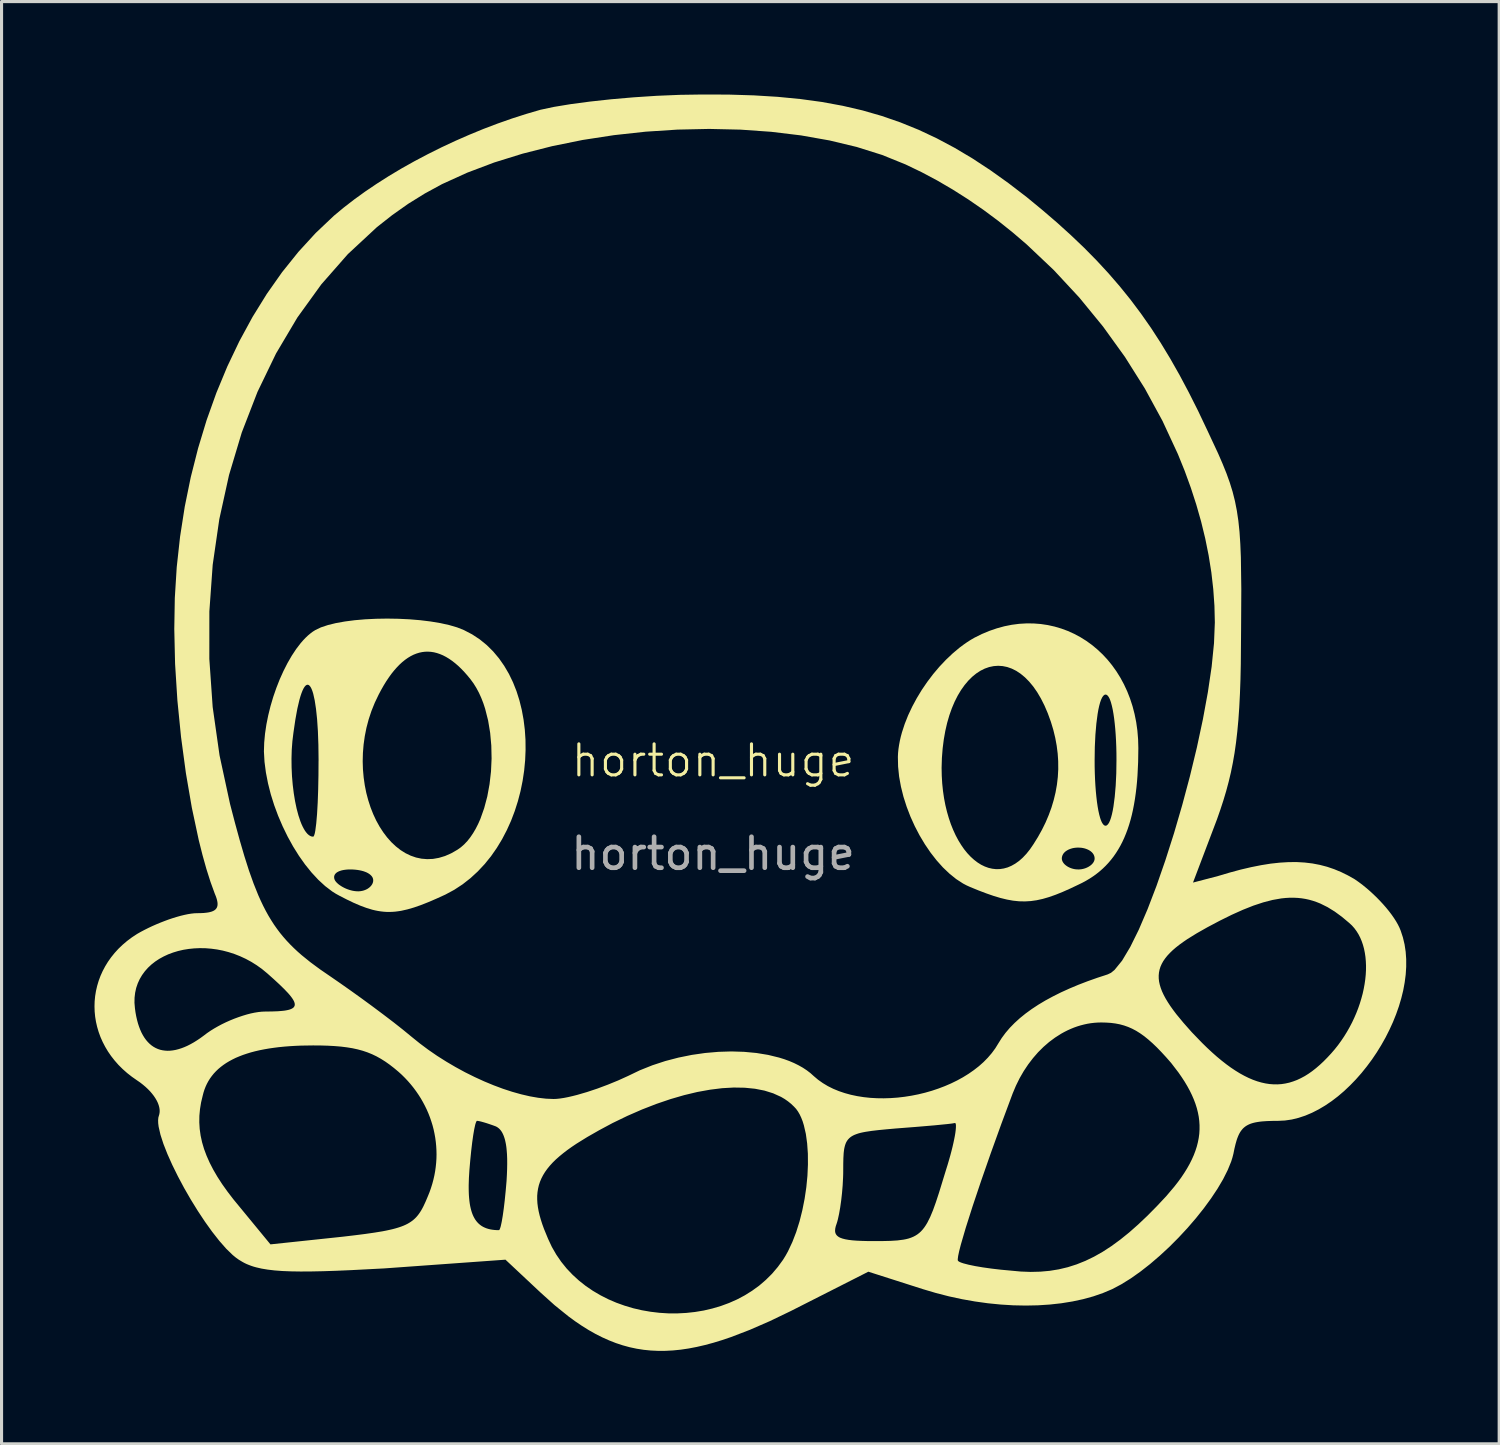
<source format=kicad_pcb>
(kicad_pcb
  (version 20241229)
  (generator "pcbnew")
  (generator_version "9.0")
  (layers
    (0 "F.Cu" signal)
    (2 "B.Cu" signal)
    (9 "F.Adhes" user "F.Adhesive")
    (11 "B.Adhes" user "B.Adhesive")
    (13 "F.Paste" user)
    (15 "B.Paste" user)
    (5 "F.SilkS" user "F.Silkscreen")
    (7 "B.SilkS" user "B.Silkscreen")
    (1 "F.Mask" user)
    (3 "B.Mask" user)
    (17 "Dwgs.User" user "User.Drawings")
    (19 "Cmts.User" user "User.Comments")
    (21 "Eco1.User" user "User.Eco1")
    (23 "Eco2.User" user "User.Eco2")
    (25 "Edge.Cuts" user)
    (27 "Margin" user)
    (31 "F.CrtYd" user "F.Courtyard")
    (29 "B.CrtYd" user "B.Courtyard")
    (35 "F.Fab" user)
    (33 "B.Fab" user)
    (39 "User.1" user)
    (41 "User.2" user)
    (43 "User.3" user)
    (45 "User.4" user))
  (footprint "horton_huge"
    (layer "F.Cu")
    (at 19.966 22.001)
    (property "Reference" "horton_huge" (at 0 -0.5 0) (unlocked yes) (layer "F.SilkS") (effects (font (size 1 1) (thickness 0.1))))
    (attr smd)
    (fp_poly (pts (xy -10.16 -5.08) (xy -9.802 -5.063) (xy -9.454 -5.034) (xy -9.12 -4.993) (xy -8.806 -4.941) (xy -8.518 -4.877) (xy -8.262 -4.802) (xy -8.043 -4.715) (xy -7.778 -4.577) (xy -7.532 -4.415) (xy -7.306 -4.231) (xy -7.099 -4.026) (xy -6.911 -3.802) (xy -6.742 -3.56) (xy -6.591 -3.302) (xy -6.459 -3.029) (xy -6.346 -2.744) (xy -6.252 -2.447) (xy -6.176 -2.14) (xy -6.118 -1.825) (xy -6.078 -1.503) (xy -6.056 -1.176) (xy -6.053 -0.846) (xy -6.067 -0.513) (xy -6.099 -0.18) (xy -6.149 0.152) (xy -6.216 0.482) (xy -6.301 0.807) (xy -6.403 1.127) (xy -6.522 1.44) (xy -6.659 1.743) (xy -6.812 2.036) (xy -6.983 2.318) (xy -7.17 2.586) (xy -7.374 2.838) (xy -7.595 3.074) (xy -7.832 3.292) (xy -8.086 3.491) (xy -8.356 3.668) (xy -8.642 3.822) (xy -8.928 3.952) (xy -9.19 4.065) (xy -9.433 4.161) (xy -9.658 4.239) (xy -9.869 4.3) (xy -10.069 4.345) (xy -10.166 4.36) (xy -10.26 4.372) (xy -10.354 4.379) (xy -10.446 4.382) (xy -10.537 4.381) (xy -10.628 4.375) (xy -10.719 4.365) (xy -10.811 4.351) (xy -10.903 4.333) (xy -10.996 4.311) (xy -11.187 4.253) (xy -11.387 4.179) (xy -11.597 4.089) (xy -11.822 3.981) (xy -12.064 3.857) (xy -12.18 3.793) (xy -12.295 3.72) (xy -12.522 3.547) (xy -12.744 3.343) (xy -12.828 3.252) (xy -12.232 3.252) (xy -12.232 3.269) (xy -12.23 3.287) (xy -12.227 3.306) (xy -12.221 3.324) (xy -12.214 3.344) (xy -12.205 3.363) (xy -12.183 3.396) (xy -12.155 3.429) (xy -12.122 3.461) (xy -12.085 3.493) (xy -12.043 3.523) (xy -11.999 3.552) (xy -11.951 3.58) (xy -11.901 3.606) (xy -11.849 3.63) (xy -11.795 3.651) (xy -11.74 3.67) (xy -11.684 3.686) (xy -11.629 3.699) (xy -11.573 3.708) (xy -11.518 3.714) (xy -11.464 3.716) (xy -11.438 3.716) (xy -11.412 3.714) (xy -11.387 3.712) (xy -11.362 3.708) (xy -11.338 3.704) (xy -11.314 3.699) (xy -11.291 3.693) (xy -11.268 3.686) (xy -11.246 3.678) (xy -11.225 3.67) (xy -11.204 3.661) (xy -11.184 3.651) (xy -11.165 3.641) (xy -11.146 3.63) (xy -11.129 3.618) (xy -11.112 3.606) (xy -11.096 3.593) (xy -11.08 3.58) (xy -11.066 3.566) (xy -11.052 3.552) (xy -11.04 3.538) (xy -11.028 3.523) (xy -11.018 3.508) (xy -11.008 3.493) (xy -10.999 3.477) (xy -10.992 3.461) (xy -10.986 3.445) (xy -10.98 3.429) (xy -10.976 3.413) (xy -10.973 3.396) (xy -10.971 3.38) (xy -10.971 3.363) (xy -10.972 3.344) (xy -10.974 3.324) (xy -10.979 3.306) (xy -10.985 3.287) (xy -10.993 3.269) (xy -11.003 3.252) (xy -11.014 3.235) (xy -11.027 3.219) (xy -11.057 3.188) (xy -11.093 3.159) (xy -11.135 3.132) (xy -11.182 3.107) (xy -11.234 3.086) (xy -11.291 3.066) (xy -11.352 3.05) (xy -11.417 3.036) (xy -11.486 3.025) (xy -11.558 3.017) (xy -11.633 3.012) (xy -11.711 3.01) (xy -11.747 3.011) (xy -11.782 3.012) (xy -11.816 3.014) (xy -11.848 3.017) (xy -11.88 3.021) (xy -11.91 3.025) (xy -11.939 3.03) (xy -11.967 3.036) (xy -11.994 3.042) (xy -12.019 3.05) (xy -12.043 3.058) (xy -12.066 3.066) (xy -12.088 3.076) (xy -12.108 3.086) (xy -12.126 3.096) (xy -12.144 3.107) (xy -12.159 3.119) (xy -12.174 3.132) (xy -12.187 3.145) (xy -12.198 3.159) (xy -12.208 3.173) (xy -12.216 3.188) (xy -12.222 3.203) (xy -12.227 3.219) (xy -12.231 3.235) (xy -12.232 3.252) (xy -12.828 3.252) (xy -12.96 3.11) (xy -13.169 2.851) (xy -13.368 2.57) (xy -13.556 2.269) (xy -13.731 1.952) (xy -13.892 1.622) (xy -14.038 1.282) (xy -14.167 0.934) (xy -14.277 0.583) (xy -14.366 0.231) (xy -14.434 -0.119) (xy -14.479 -0.464) (xy -14.485 -0.566) (xy -13.608 -0.566) (xy -13.605 -0.28) (xy -13.592 0.003) (xy -13.568 0.281) (xy -13.535 0.55) (xy -13.493 0.806) (xy -13.443 1.045) (xy -13.385 1.264) (xy -13.32 1.459) (xy -13.285 1.547) (xy -13.248 1.627) (xy -13.21 1.699) (xy -13.171 1.764) (xy -13.13 1.819) (xy -13.089 1.866) (xy -13.046 1.903) (xy -13.002 1.93) (xy -12.957 1.947) (xy -12.911 1.952) (xy -12.901 1.949) (xy -12.891 1.939) (xy -12.873 1.901) (xy -12.855 1.839) (xy -12.839 1.755) (xy -12.809 1.524) (xy -12.783 1.22) (xy -12.762 0.853) (xy -12.747 0.434) (xy -12.738 -0.026) (xy -12.735 -0.482) (xy -11.31 -0.482) (xy -11.302 -0.219) (xy -11.279 0.04) (xy -11.243 0.293) (xy -11.194 0.539) (xy -11.131 0.776) (xy -11.057 1.005) (xy -10.971 1.224) (xy -10.874 1.432) (xy -10.766 1.627) (xy -10.648 1.809) (xy -10.521 1.977) (xy -10.385 2.13) (xy -10.24 2.266) (xy -10.088 2.385) (xy -9.929 2.485) (xy -9.762 2.565) (xy -9.59 2.625) (xy -9.412 2.663) (xy -9.228 2.678) (xy -9.04 2.67) (xy -8.849 2.636) (xy -8.653 2.577) (xy -8.455 2.49) (xy -8.254 2.375) (xy -8.141 2.295) (xy -8.034 2.201) (xy -7.932 2.093) (xy -7.837 1.973) (xy -7.747 1.84) (xy -7.663 1.697) (xy -7.585 1.544) (xy -7.513 1.382) (xy -7.389 1.032) (xy -7.289 0.656) (xy -7.216 0.259) (xy -7.169 -0.151) (xy -7.15 -0.569) (xy -7.159 -0.987) (xy -7.196 -1.398) (xy -7.262 -1.797) (xy -7.358 -2.176) (xy -7.417 -2.356) (xy -7.484 -2.528) (xy -7.559 -2.693) (xy -7.642 -2.848) (xy -7.732 -2.993) (xy -7.831 -3.128) (xy -7.93 -3.249) (xy -8.029 -3.361) (xy -8.128 -3.465) (xy -8.227 -3.56) (xy -8.326 -3.645) (xy -8.425 -3.722) (xy -8.523 -3.79) (xy -8.621 -3.849) (xy -8.719 -3.9) (xy -8.817 -3.941) (xy -8.914 -3.974) (xy -9.01 -3.998) (xy -9.107 -4.013) (xy -9.202 -4.019) (xy -9.297 -4.017) (xy -9.392 -4.005) (xy -9.486 -3.985) (xy -9.579 -3.956) (xy -9.672 -3.919) (xy -9.764 -3.872) (xy -9.855 -3.817) (xy -9.945 -3.753) (xy -10.034 -3.681) (xy -10.123 -3.599) (xy -10.21 -3.509) (xy -10.297 -3.41) (xy -10.383 -3.303) (xy -10.467 -3.186) (xy -10.551 -3.061) (xy -10.633 -2.927) (xy -10.714 -2.785) (xy -10.794 -2.634) (xy -10.92 -2.371) (xy -11.028 -2.103) (xy -11.117 -1.834) (xy -11.189 -1.562) (xy -11.243 -1.29) (xy -11.281 -1.019) (xy -11.303 -0.749) (xy -11.31 -0.482) (xy -12.735 -0.482) (xy -12.734 -0.517) (xy -12.74 -1.013) (xy -12.756 -1.455) (xy -12.782 -1.842) (xy -12.817 -2.173) (xy -12.859 -2.447) (xy -12.907 -2.663) (xy -12.934 -2.749) (xy -12.962 -2.82) (xy -12.991 -2.876) (xy -13.021 -2.916) (xy -13.052 -2.942) (xy -13.084 -2.952) (xy -13.117 -2.946) (xy -13.15 -2.925) (xy -13.183 -2.888) (xy -13.217 -2.835) (xy -13.251 -2.766) (xy -13.285 -2.68) (xy -13.319 -2.579) (xy -13.353 -2.461) (xy -13.42 -2.175) (xy -13.484 -1.821) (xy -13.546 -1.399) (xy -13.579 -1.129) (xy -13.6 -0.85) (xy -13.608 -0.566) (xy -14.485 -0.566) (xy -14.498 -0.8) (xy -14.489 -1.082) (xy -14.462 -1.373) (xy -14.418 -1.669) (xy -14.358 -1.967) (xy -14.284 -2.265) (xy -14.197 -2.559) (xy -14.097 -2.848) (xy -13.987 -3.128) (xy -13.866 -3.396) (xy -13.737 -3.65) (xy -13.6 -3.887) (xy -13.457 -4.104) (xy -13.308 -4.298) (xy -13.232 -4.385) (xy -13.155 -4.466) (xy -13.077 -4.54) (xy -12.998 -4.606) (xy -12.92 -4.665) (xy -12.84 -4.715) (xy -12.659 -4.802) (xy -12.434 -4.877) (xy -12.174 -4.941) (xy -11.882 -4.993) (xy -11.566 -5.034) (xy -11.229 -5.063) (xy -10.879 -5.08) (xy -10.521 -5.086)) (stroke (width 0) (type solid)) (fill yes) (layer "F.SilkS"))
    (fp_poly (pts (xy 10.345 -4.929) (xy 10.575 -4.911) (xy 10.801 -4.877) (xy 11.022 -4.828) (xy 11.238 -4.764) (xy 11.449 -4.686) (xy 11.654 -4.593) (xy 11.852 -4.487) (xy 12.044 -4.367) (xy 12.228 -4.234) (xy 12.403 -4.088) (xy 12.571 -3.93) (xy 12.729 -3.76) (xy 12.877 -3.578) (xy 13.015 -3.385) (xy 13.143 -3.18) (xy 13.259 -2.965) (xy 13.364 -2.74) (xy 13.456 -2.505) (xy 13.536 -2.26) (xy 13.602 -2.006) (xy 13.655 -1.743) (xy 13.693 -1.472) (xy 13.716 -1.193) (xy 13.724 -0.905) (xy 13.717 -0.456) (xy 13.697 -0.033) (xy 13.682 0.169) (xy 13.663 0.364) (xy 13.64 0.553) (xy 13.614 0.736) (xy 13.584 0.913) (xy 13.551 1.084) (xy 13.514 1.249) (xy 13.473 1.408) (xy 13.428 1.561) (xy 13.379 1.709) (xy 13.326 1.851) (xy 13.27 1.987) (xy 13.209 2.119) (xy 13.144 2.245) (xy 13.075 2.365) (xy 13.002 2.481) (xy 12.925 2.592) (xy 12.843 2.698) (xy 12.757 2.799) (xy 12.667 2.895) (xy 12.573 2.986) (xy 12.474 3.073) (xy 12.37 3.156) (xy 12.262 3.234) (xy 12.149 3.308) (xy 12.032 3.377) (xy 11.91 3.443) (xy 11.784 3.504) (xy 11.523 3.628) (xy 11.28 3.736) (xy 11.054 3.827) (xy 10.841 3.902) (xy 10.638 3.961) (xy 10.443 4.004) (xy 10.252 4.031) (xy 10.064 4.042) (xy 9.874 4.038) (xy 9.681 4.018) (xy 9.482 3.982) (xy 9.273 3.931) (xy 9.053 3.865) (xy 8.817 3.783) (xy 8.564 3.687) (xy 8.291 3.575) (xy 8.179 3.524) (xy 8.067 3.465) (xy 7.845 3.321) (xy 7.628 3.146) (xy 7.416 2.944) (xy 7.212 2.716) (xy 7.018 2.467) (xy 6.835 2.198) (xy 6.664 1.912) (xy 6.508 1.613) (xy 6.368 1.304) (xy 6.246 0.986) (xy 6.143 0.663) (xy 6.062 0.338) (xy 6.003 0.013) (xy 5.974 -0.27) (xy 7.374 -0.27) (xy 7.379 -0.013) (xy 7.394 0.237) (xy 7.419 0.478) (xy 7.453 0.711) (xy 7.496 0.935) (xy 7.548 1.15) (xy 7.607 1.354) (xy 7.673 1.549) (xy 7.747 1.733) (xy 7.827 1.907) (xy 7.913 2.069) (xy 8.005 2.219) (xy 8.101 2.358) (xy 8.203 2.484) (xy 8.309 2.597) (xy 8.419 2.697) (xy 8.532 2.784) (xy 8.648 2.857) (xy 8.767 2.915) (xy 8.888 2.959) (xy 9.01 2.987) (xy 9.134 3.001) (xy 9.258 2.998) (xy 9.383 2.979) (xy 9.508 2.944) (xy 9.631 2.891) (xy 9.754 2.821) (xy 9.876 2.734) (xy 9.962 2.658) (xy 11.254 2.658) (xy 11.255 2.674) (xy 11.257 2.691) (xy 11.261 2.707) (xy 11.266 2.723) (xy 11.272 2.74) (xy 11.279 2.756) (xy 11.288 2.772) (xy 11.297 2.787) (xy 11.32 2.818) (xy 11.347 2.847) (xy 11.378 2.874) (xy 11.413 2.9) (xy 11.451 2.924) (xy 11.492 2.945) (xy 11.536 2.964) (xy 11.582 2.98) (xy 11.63 2.993) (xy 11.68 3.003) (xy 11.731 3.008) (xy 11.784 3.01) (xy 11.81 3.01) (xy 11.836 3.008) (xy 11.862 3.006) (xy 11.887 3.003) (xy 11.912 2.998) (xy 11.937 2.993) (xy 11.962 2.987) (xy 11.985 2.98) (xy 12.009 2.973) (xy 12.031 2.964) (xy 12.054 2.955) (xy 12.075 2.945) (xy 12.096 2.935) (xy 12.116 2.924) (xy 12.135 2.912) (xy 12.154 2.9) (xy 12.172 2.888) (xy 12.189 2.874) (xy 12.205 2.861) (xy 12.22 2.847) (xy 12.234 2.832) (xy 12.247 2.818) (xy 12.259 2.803) (xy 12.27 2.787) (xy 12.28 2.772) (xy 12.288 2.756) (xy 12.295 2.74) (xy 12.302 2.723) (xy 12.306 2.707) (xy 12.31 2.691) (xy 12.312 2.674) (xy 12.313 2.658) (xy 12.312 2.638) (xy 12.31 2.619) (xy 12.306 2.6) (xy 12.302 2.582) (xy 12.295 2.564) (xy 12.288 2.547) (xy 12.28 2.53) (xy 12.27 2.513) (xy 12.259 2.497) (xy 12.247 2.482) (xy 12.234 2.467) (xy 12.22 2.453) (xy 12.189 2.426) (xy 12.154 2.402) (xy 12.116 2.38) (xy 12.075 2.361) (xy 12.031 2.344) (xy 11.985 2.33) (xy 11.937 2.319) (xy 11.887 2.311) (xy 11.836 2.307) (xy 11.784 2.305) (xy 11.757 2.305) (xy 11.731 2.307) (xy 11.705 2.309) (xy 11.68 2.311) (xy 11.655 2.315) (xy 11.63 2.319) (xy 11.606 2.324) (xy 11.582 2.33) (xy 11.559 2.337) (xy 11.536 2.344) (xy 11.514 2.352) (xy 11.492 2.361) (xy 11.471 2.37) (xy 11.451 2.38) (xy 11.432 2.391) (xy 11.413 2.402) (xy 11.395 2.414) (xy 11.378 2.426) (xy 11.362 2.439) (xy 11.347 2.453) (xy 11.333 2.467) (xy 11.32 2.482) (xy 11.308 2.497) (xy 11.297 2.513) (xy 11.288 2.53) (xy 11.279 2.547) (xy 11.272 2.564) (xy 11.266 2.582) (xy 11.261 2.6) (xy 11.257 2.619) (xy 11.255 2.638) (xy 11.254 2.658) (xy 9.962 2.658) (xy 9.995 2.628) (xy 10.112 2.504) (xy 10.226 2.361) (xy 10.337 2.199) (xy 10.482 1.966) (xy 10.613 1.731) (xy 10.73 1.494) (xy 10.832 1.254) (xy 10.92 1.013) (xy 10.993 0.769) (xy 11.052 0.524) (xy 11.096 0.276) (xy 11.125 0.028) (xy 11.139 -0.223) (xy 11.137 -0.475) (xy 11.135 -0.517) (xy 12.313 -0.517) (xy 12.314 -0.302) (xy 12.319 -0.092) (xy 12.327 0.11) (xy 12.338 0.305) (xy 12.352 0.489) (xy 12.369 0.664) (xy 12.388 0.827) (xy 12.41 0.978) (xy 12.434 1.114) (xy 12.461 1.237) (xy 12.49 1.343) (xy 12.505 1.39) (xy 12.521 1.432) (xy 12.537 1.47) (xy 12.554 1.504) (xy 12.572 1.532) (xy 12.59 1.556) (xy 12.608 1.575) (xy 12.627 1.588) (xy 12.646 1.597) (xy 12.666 1.599) (xy 12.685 1.597) (xy 12.704 1.588) (xy 12.741 1.556) (xy 12.777 1.504) (xy 12.81 1.432) (xy 12.841 1.343) (xy 12.87 1.237) (xy 12.897 1.114) (xy 12.921 0.978) (xy 12.962 0.664) (xy 12.993 0.305) (xy 13.012 -0.092) (xy 13.018 -0.517) (xy 13.017 -0.733) (xy 13.012 -0.943) (xy 13.004 -1.145) (xy 12.993 -1.339) (xy 12.979 -1.524) (xy 12.962 -1.699) (xy 12.943 -1.862) (xy 12.921 -2.012) (xy 12.897 -2.149) (xy 12.87 -2.271) (xy 12.841 -2.378) (xy 12.826 -2.424) (xy 12.81 -2.467) (xy 12.794 -2.505) (xy 12.777 -2.538) (xy 12.759 -2.567) (xy 12.741 -2.591) (xy 12.723 -2.609) (xy 12.704 -2.623) (xy 12.685 -2.631) (xy 12.666 -2.634) (xy 12.646 -2.631) (xy 12.627 -2.623) (xy 12.59 -2.591) (xy 12.554 -2.538) (xy 12.521 -2.467) (xy 12.49 -2.378) (xy 12.461 -2.271) (xy 12.434 -2.149) (xy 12.41 -2.012) (xy 12.369 -1.699) (xy 12.338 -1.339) (xy 12.319 -0.943) (xy 12.313 -0.517) (xy 11.135 -0.517) (xy 11.121 -0.728) (xy 11.089 -0.982) (xy 11.042 -1.238) (xy 10.98 -1.494) (xy 10.902 -1.752) (xy 10.802 -2.028) (xy 10.694 -2.28) (xy 10.579 -2.508) (xy 10.458 -2.713) (xy 10.331 -2.895) (xy 10.199 -3.054) (xy 10.063 -3.191) (xy 9.924 -3.306) (xy 9.782 -3.4) (xy 9.637 -3.472) (xy 9.492 -3.523) (xy 9.345 -3.553) (xy 9.199 -3.563) (xy 9.053 -3.552) (xy 8.909 -3.522) (xy 8.767 -3.472) (xy 8.628 -3.403) (xy 8.493 -3.315) (xy 8.362 -3.208) (xy 8.236 -3.083) (xy 8.116 -2.94) (xy 8.002 -2.78) (xy 7.895 -2.602) (xy 7.796 -2.407) (xy 7.706 -2.195) (xy 7.625 -1.967) (xy 7.554 -1.723) (xy 7.494 -1.463) (xy 7.445 -1.187) (xy 7.408 -0.896) (xy 7.384 -0.591) (xy 7.374 -0.27) (xy 5.974 -0.27) (xy 5.97 -0.308) (xy 5.963 -0.623) (xy 5.969 -0.75) (xy 5.982 -0.879) (xy 6.002 -1.011) (xy 6.027 -1.144) (xy 6.058 -1.279) (xy 6.095 -1.415) (xy 6.185 -1.69) (xy 6.295 -1.967) (xy 6.425 -2.243) (xy 6.572 -2.516) (xy 6.734 -2.784) (xy 6.912 -3.044) (xy 7.102 -3.295) (xy 7.304 -3.534) (xy 7.516 -3.758) (xy 7.736 -3.966) (xy 7.963 -4.156) (xy 8.079 -4.242) (xy 8.196 -4.324) (xy 8.313 -4.399) (xy 8.432 -4.468) (xy 8.674 -4.588) (xy 8.916 -4.689) (xy 9.158 -4.772) (xy 9.399 -4.838) (xy 9.639 -4.886) (xy 9.877 -4.917) (xy 10.113 -4.931)) (stroke (width 0) (type solid)) (fill yes) (layer "F.SilkS"))
    (fp_poly (pts (xy 0.504 -21.998) (xy 1.314 -21.973) (xy 2.082 -21.926) (xy 2.813 -21.855) (xy 3.511 -21.76) (xy 4.179 -21.637) (xy 4.821 -21.488) (xy 5.442 -21.309) (xy 6.046 -21.1) (xy 6.637 -20.86) (xy 7.218 -20.587) (xy 7.794 -20.28) (xy 8.369 -19.938) (xy 8.946 -19.559) (xy 9.53 -19.142) (xy 10.126 -18.685) (xy 10.627 -18.272) (xy 11.101 -17.865) (xy 11.548 -17.46) (xy 11.973 -17.055) (xy 12.375 -16.647) (xy 12.758 -16.233) (xy 13.123 -15.811) (xy 13.473 -15.378) (xy 13.808 -14.931) (xy 14.133 -14.467) (xy 14.447 -13.983) (xy 14.754 -13.476) (xy 15.055 -12.945) (xy 15.353 -12.385) (xy 15.65 -11.795) (xy 15.946 -11.171) (xy 16.299 -10.415) (xy 16.443 -10.083) (xy 16.569 -9.771) (xy 16.676 -9.472) (xy 16.767 -9.177) (xy 16.842 -8.879) (xy 16.903 -8.569) (xy 16.952 -8.241) (xy 16.989 -7.886) (xy 17.015 -7.496) (xy 17.033 -7.064) (xy 17.047 -6.039) (xy 17.04 -4.751) (xy 17.031 -3.623) (xy 17.02 -3.121) (xy 17.003 -2.655) (xy 16.981 -2.223) (xy 16.953 -1.819) (xy 16.918 -1.442) (xy 16.877 -1.086) (xy 16.829 -0.749) (xy 16.773 -0.427) (xy 16.71 -0.117) (xy 16.638 0.185) (xy 16.558 0.484) (xy 16.469 0.781) (xy 16.371 1.081) (xy 16.264 1.388) (xy 15.488 3.434) (xy 16.299 3.222) (xy 16.673 3.111) (xy 17.028 3.015) (xy 17.366 2.936) (xy 17.688 2.872) (xy 17.994 2.823) (xy 18.287 2.791) (xy 18.566 2.774) (xy 18.835 2.772) (xy 19.093 2.787) (xy 19.342 2.817) (xy 19.582 2.863) (xy 19.816 2.924) (xy 20.045 3.002) (xy 20.269 3.095) (xy 20.49 3.204) (xy 20.709 3.328) (xy 20.828 3.411) (xy 20.948 3.5) (xy 21.066 3.596) (xy 21.183 3.696) (xy 21.298 3.801) (xy 21.41 3.908) (xy 21.518 4.019) (xy 21.622 4.131) (xy 21.72 4.243) (xy 21.812 4.356) (xy 21.897 4.468) (xy 21.974 4.578) (xy 22.043 4.686) (xy 22.102 4.79) (xy 22.152 4.891) (xy 22.191 4.986) (xy 22.263 5.205) (xy 22.317 5.433) (xy 22.352 5.667) (xy 22.369 5.908) (xy 22.369 6.154) (xy 22.353 6.404) (xy 22.32 6.657) (xy 22.273 6.913) (xy 22.21 7.169) (xy 22.134 7.426) (xy 22.044 7.682) (xy 21.942 7.936) (xy 21.827 8.187) (xy 21.702 8.435) (xy 21.565 8.678) (xy 21.419 8.915) (xy 21.263 9.146) (xy 21.098 9.368) (xy 20.926 9.582) (xy 20.745 9.787) (xy 20.558 9.98) (xy 20.365 10.163) (xy 20.167 10.332) (xy 19.963 10.488) (xy 19.755 10.629) (xy 19.544 10.754) (xy 19.33 10.863) (xy 19.114 10.955) (xy 18.896 11.027) (xy 18.677 11.081) (xy 18.458 11.113) (xy 18.239 11.124) (xy 18.045 11.126) (xy 17.871 11.132) (xy 17.715 11.143) (xy 17.644 11.151) (xy 17.577 11.161) (xy 17.514 11.172) (xy 17.455 11.185) (xy 17.4 11.2) (xy 17.348 11.217) (xy 17.299 11.237) (xy 17.254 11.259) (xy 17.212 11.283) (xy 17.172 11.31) (xy 17.136 11.339) (xy 17.101 11.371) (xy 17.07 11.407) (xy 17.04 11.445) (xy 17.012 11.486) (xy 16.986 11.531) (xy 16.962 11.579) (xy 16.94 11.63) (xy 16.918 11.686) (xy 16.898 11.744) (xy 16.861 11.874) (xy 16.826 12.02) (xy 16.793 12.183) (xy 16.761 12.308) (xy 16.72 12.439) (xy 16.607 12.715) (xy 16.46 13.008) (xy 16.28 13.313) (xy 16.072 13.626) (xy 15.839 13.945) (xy 15.584 14.265) (xy 15.311 14.582) (xy 15.023 14.892) (xy 14.724 15.192) (xy 14.416 15.477) (xy 14.104 15.745) (xy 13.791 15.99) (xy 13.48 16.21) (xy 13.174 16.4) (xy 12.877 16.557) (xy 12.583 16.681) (xy 12.271 16.789) (xy 11.941 16.88) (xy 11.596 16.954) (xy 11.237 17.012) (xy 10.866 17.053) (xy 10.483 17.078) (xy 10.09 17.086) (xy 9.689 17.078) (xy 9.282 17.053) (xy 8.869 17.012) (xy 8.452 16.954) (xy 8.033 16.88) (xy 7.612 16.789) (xy 7.192 16.681) (xy 6.774 16.557) (xy 5.01 15.993) (xy 2.506 17.263) (xy 1.826 17.59) (xy 1.186 17.869) (xy 0.583 18.101) (xy 0.294 18.199) (xy 0.013 18.285) (xy -0.261 18.359) (xy -0.528 18.421) (xy -0.788 18.471) (xy -1.043 18.509) (xy -1.292 18.534) (xy -1.536 18.547) (xy -1.775 18.548) (xy -2.01 18.537) (xy -2.241 18.514) (xy -2.47 18.478) (xy -2.695 18.43) (xy -2.918 18.369) (xy -3.139 18.296) (xy -3.358 18.21) (xy -3.577 18.112) (xy -3.795 18.002) (xy -4.013 17.879) (xy -4.231 17.743) (xy -4.45 17.595) (xy -4.67 17.434) (xy -5.116 17.074) (xy -5.573 16.663) (xy -6.702 15.605) (xy -10.618 15.887) (xy -11.695 15.943) (xy -12.162 15.963) (xy -12.586 15.977) (xy -12.969 15.985) (xy -13.315 15.987) (xy -13.625 15.982) (xy -13.903 15.971) (xy -14.152 15.952) (xy -14.374 15.926) (xy -14.573 15.893) (xy -14.75 15.852) (xy -14.832 15.829) (xy -14.91 15.803) (xy -14.984 15.775) (xy -15.055 15.746) (xy -15.122 15.714) (xy -15.187 15.679) (xy -15.31 15.605) (xy -15.405 15.537) (xy -15.505 15.455) (xy -15.716 15.25) (xy -15.938 14.997) (xy -16.169 14.703) (xy -16.402 14.378) (xy -16.633 14.029) (xy -16.859 13.663) (xy -17.074 13.29) (xy -17.274 12.915) (xy -17.455 12.548) (xy -17.612 12.197) (xy -17.741 11.869) (xy -17.837 11.572) (xy -17.896 11.314) (xy -17.91 11.203) (xy -17.911 11.173) (xy -16.584 11.173) (xy -16.571 11.386) (xy -16.541 11.6) (xy -16.494 11.816) (xy -16.43 12.033) (xy -16.348 12.252) (xy -16.249 12.475) (xy -16.132 12.702) (xy -15.998 12.932) (xy -15.845 13.168) (xy -15.673 13.409) (xy -15.483 13.657) (xy -15.274 13.911) (xy -14.287 15.111) (xy -11.958 14.864) (xy -11.577 14.819) (xy -11.238 14.776) (xy -10.939 14.733) (xy -10.675 14.69) (xy -10.556 14.667) (xy -10.445 14.643) (xy -10.341 14.619) (xy -10.244 14.593) (xy -10.154 14.566) (xy -10.071 14.538) (xy -9.993 14.508) (xy -9.921 14.476) (xy -9.854 14.442) (xy -9.792 14.405) (xy -9.734 14.366) (xy -9.68 14.325) (xy -9.63 14.281) (xy -9.583 14.234) (xy -9.539 14.183) (xy -9.498 14.13) (xy -9.458 14.072) (xy -9.42 14.012) (xy -9.384 13.947) (xy -9.348 13.878) (xy -9.278 13.727) (xy -9.207 13.559) (xy -9.153 13.426) (xy -9.112 13.31) (xy -7.889 13.31) (xy -7.887 13.415) (xy -7.883 13.515) (xy -7.876 13.61) (xy -7.867 13.701) (xy -7.856 13.787) (xy -7.842 13.869) (xy -7.825 13.946) (xy -7.806 14.019) (xy -7.785 14.087) (xy -7.761 14.151) (xy -7.734 14.211) (xy -7.704 14.267) (xy -7.672 14.319) (xy -7.637 14.366) (xy -7.599 14.41) (xy -7.559 14.45) (xy -7.515 14.486) (xy -7.469 14.519) (xy -7.42 14.547) (xy -7.367 14.572) (xy -7.312 14.594) (xy -7.253 14.612) (xy -7.192 14.627) (xy -7.127 14.638) (xy -7.059 14.646) (xy -6.988 14.651) (xy -6.914 14.652) (xy -6.907 14.65) (xy -6.9 14.644) (xy -6.886 14.62) (xy -6.871 14.581) (xy -6.855 14.528) (xy -6.823 14.382) (xy -6.79 14.189) (xy -6.757 13.954) (xy -6.725 13.685) (xy -6.723 13.661) (xy -5.678 13.661) (xy -5.671 13.785) (xy -5.655 13.912) (xy -5.631 14.043) (xy -5.599 14.179) (xy -5.559 14.319) (xy -5.512 14.465) (xy -5.457 14.616) (xy -5.326 14.934) (xy -5.204 15.195) (xy -5.062 15.441) (xy -4.903 15.673) (xy -4.727 15.891) (xy -4.535 16.093) (xy -4.329 16.281) (xy -4.11 16.454) (xy -3.878 16.612) (xy -3.636 16.754) (xy -3.384 16.882) (xy -3.123 16.994) (xy -2.855 17.09) (xy -2.581 17.172) (xy -2.301 17.237) (xy -2.018 17.286) (xy -1.732 17.32) (xy -1.445 17.338) (xy -1.157 17.339) (xy -0.87 17.324) (xy -0.585 17.293) (xy -0.303 17.246) (xy -0.025 17.181) (xy 0.247 17.101) (xy 0.513 17.003) (xy 0.771 16.889) (xy 1.02 16.757) (xy 1.258 16.608) (xy 1.486 16.443) (xy 1.7 16.259) (xy 1.902 16.059) (xy 2.088 15.84) (xy 2.259 15.605) (xy 2.267 15.591) (xy 7.895 15.591) (xy 7.896 15.623) (xy 7.903 15.64) (xy 7.924 15.66) (xy 7.961 15.681) (xy 8.013 15.702) (xy 8.078 15.724) (xy 8.247 15.768) (xy 8.459 15.812) (xy 8.707 15.854) (xy 8.985 15.893) (xy 9.283 15.928) (xy 9.596 15.957) (xy 9.928 15.988) (xy 10.248 16) (xy 10.559 15.992) (xy 10.861 15.965) (xy 11.156 15.917) (xy 11.446 15.848) (xy 11.731 15.757) (xy 12.013 15.644) (xy 12.293 15.509) (xy 12.574 15.35) (xy 12.855 15.167) (xy 13.138 14.96) (xy 13.426 14.728) (xy 13.718 14.47) (xy 14.017 14.187) (xy 14.324 13.876) (xy 14.623 13.557) (xy 14.884 13.249) (xy 15.002 13.098) (xy 15.11 12.95) (xy 15.208 12.803) (xy 15.298 12.658) (xy 15.379 12.514) (xy 15.45 12.372) (xy 15.513 12.231) (xy 15.566 12.091) (xy 15.611 11.952) (xy 15.646 11.814) (xy 15.673 11.676) (xy 15.691 11.539) (xy 15.699 11.402) (xy 15.699 11.265) (xy 15.69 11.127) (xy 15.673 10.99) (xy 15.646 10.852) (xy 15.611 10.713) (xy 15.567 10.574) (xy 15.514 10.433) (xy 15.453 10.292) (xy 15.383 10.149) (xy 15.304 10.004) (xy 15.217 9.858) (xy 15.121 9.711) (xy 15.017 9.561) (xy 14.782 9.255) (xy 14.621 9.071) (xy 14.468 8.905) (xy 14.322 8.754) (xy 14.181 8.619) (xy 14.045 8.499) (xy 13.913 8.392) (xy 13.782 8.299) (xy 13.653 8.218) (xy 13.524 8.15) (xy 13.394 8.093) (xy 13.261 8.046) (xy 13.125 8.009) (xy 12.985 7.982) (xy 12.838 7.963) (xy 12.685 7.953) (xy 12.524 7.949) (xy 12.412 7.952) (xy 12.3 7.96) (xy 12.189 7.973) (xy 12.079 7.991) (xy 11.969 8.015) (xy 11.861 8.043) (xy 11.753 8.076) (xy 11.646 8.114) (xy 11.541 8.157) (xy 11.437 8.204) (xy 11.334 8.256) (xy 11.233 8.312) (xy 11.035 8.438) (xy 10.844 8.58) (xy 10.662 8.738) (xy 10.487 8.912) (xy 10.323 9.101) (xy 10.168 9.304) (xy 10.024 9.52) (xy 9.892 9.749) (xy 9.773 9.99) (xy 9.667 10.242) (xy 9.303 11.22) (xy 8.96 12.172) (xy 8.647 13.07) (xy 8.375 13.88) (xy 8.154 14.574) (xy 7.995 15.119) (xy 7.942 15.326) (xy 7.908 15.485) (xy 7.895 15.591) (xy 2.267 15.591) (xy 2.339 15.475) (xy 2.416 15.336) (xy 2.557 15.036) (xy 2.682 14.712) (xy 2.697 14.663) (xy 3.936 14.663) (xy 3.937 14.693) (xy 3.941 14.722) (xy 3.949 14.749) (xy 3.96 14.775) (xy 3.974 14.798) (xy 3.992 14.821) (xy 4.013 14.841) (xy 4.037 14.86) (xy 4.065 14.878) (xy 4.097 14.895) (xy 4.173 14.923) (xy 4.265 14.947) (xy 4.373 14.966) (xy 4.498 14.981) (xy 4.642 14.992) (xy 4.804 14.999) (xy 4.985 15.004) (xy 5.187 15.005) (xy 5.473 15.004) (xy 5.725 14.998) (xy 5.947 14.984) (xy 6.141 14.959) (xy 6.229 14.942) (xy 6.311 14.921) (xy 6.388 14.895) (xy 6.46 14.865) (xy 6.527 14.83) (xy 6.591 14.79) (xy 6.651 14.744) (xy 6.708 14.692) (xy 6.762 14.633) (xy 6.814 14.567) (xy 6.863 14.495) (xy 6.912 14.414) (xy 7.005 14.229) (xy 7.097 14.008) (xy 7.19 13.749) (xy 7.289 13.448) (xy 7.515 12.712) (xy 7.566 12.549) (xy 7.612 12.392) (xy 7.655 12.241) (xy 7.693 12.098) (xy 7.727 11.962) (xy 7.756 11.835) (xy 7.781 11.717) (xy 7.802 11.609) (xy 7.818 11.512) (xy 7.829 11.427) (xy 7.835 11.353) (xy 7.837 11.293) (xy 7.837 11.268) (xy 7.835 11.246) (xy 7.831 11.228) (xy 7.827 11.214) (xy 7.821 11.203) (xy 7.815 11.196) (xy 7.807 11.194) (xy 7.797 11.195) (xy 7.712 11.21) (xy 7.569 11.227) (xy 7.136 11.27) (xy 6.557 11.319) (xy 5.892 11.371) (xy 5.6 11.397) (xy 5.343 11.422) (xy 5.12 11.448) (xy 4.928 11.477) (xy 4.843 11.493) (xy 4.765 11.51) (xy 4.693 11.529) (xy 4.628 11.551) (xy 4.568 11.574) (xy 4.515 11.599) (xy 4.467 11.627) (xy 4.424 11.658) (xy 4.386 11.692) (xy 4.352 11.729) (xy 4.323 11.769) (xy 4.297 11.813) (xy 4.276 11.861) (xy 4.258 11.913) (xy 4.243 11.97) (xy 4.23 12.031) (xy 4.221 12.097) (xy 4.213 12.168) (xy 4.204 12.326) (xy 4.2 12.506) (xy 4.199 12.712) (xy 4.198 12.832) (xy 4.194 12.955) (xy 4.181 13.205) (xy 4.16 13.454) (xy 4.133 13.695) (xy 4.101 13.921) (xy 4.065 14.126) (xy 4.027 14.301) (xy 4.007 14.376) (xy 3.987 14.44) (xy 3.959 14.522) (xy 3.942 14.596) (xy 3.936 14.663) (xy 2.697 14.663) (xy 2.79 14.367) (xy 2.88 14.007) (xy 2.953 13.639) (xy 3.008 13.267) (xy 3.044 12.897) (xy 3.06 12.535) (xy 3.058 12.185) (xy 3.035 11.854) (xy 2.993 11.547) (xy 2.929 11.269) (xy 2.89 11.142) (xy 2.845 11.026) (xy 2.795 10.919) (xy 2.739 10.823) (xy 2.678 10.738) (xy 2.611 10.666) (xy 2.518 10.577) (xy 2.417 10.495) (xy 2.308 10.419) (xy 2.192 10.351) (xy 1.938 10.236) (xy 1.657 10.148) (xy 1.35 10.088) (xy 1.019 10.055) (xy 0.666 10.049) (xy 0.292 10.07) (xy -0.101 10.119) (xy -0.511 10.193) (xy -0.937 10.295) (xy -1.377 10.423) (xy -1.83 10.577) (xy -2.293 10.757) (xy -2.765 10.963) (xy -3.245 11.195) (xy -3.678 11.427) (xy -4.065 11.648) (xy -4.407 11.86) (xy -4.562 11.964) (xy -4.706 12.067) (xy -4.839 12.169) (xy -4.962 12.27) (xy -5.075 12.37) (xy -5.178 12.471) (xy -5.27 12.572) (xy -5.353 12.674) (xy -5.426 12.776) (xy -5.489 12.879) (xy -5.543 12.984) (xy -5.588 13.091) (xy -5.624 13.2) (xy -5.65 13.311) (xy -5.668 13.425) (xy -5.678 13.541) (xy -5.678 13.661) (xy -6.723 13.661) (xy -6.695 13.386) (xy -6.667 13.065) (xy -6.656 12.866) (xy -6.649 12.681) (xy -6.646 12.508) (xy -6.647 12.347) (xy -6.653 12.199) (xy -6.664 12.063) (xy -6.67 11.999) (xy -6.678 11.939) (xy -6.687 11.881) (xy -6.698 11.825) (xy -6.709 11.773) (xy -6.721 11.724) (xy -6.735 11.677) (xy -6.75 11.633) (xy -6.766 11.591) (xy -6.783 11.552) (xy -6.801 11.516) (xy -6.82 11.482) (xy -6.841 11.451) (xy -6.863 11.422) (xy -6.886 11.396) (xy -6.91 11.372) (xy -6.936 11.351) (xy -6.962 11.332) (xy -6.99 11.315) (xy -7.019 11.301) (xy -7.123 11.263) (xy -7.222 11.229) (xy -7.315 11.198) (xy -7.399 11.173) (xy -7.473 11.152) (xy -7.535 11.137) (xy -7.562 11.132) (xy -7.585 11.128) (xy -7.604 11.125) (xy -7.619 11.124) (xy -7.626 11.126) (xy -7.633 11.132) (xy -7.647 11.156) (xy -7.662 11.195) (xy -7.678 11.248) (xy -7.71 11.394) (xy -7.743 11.587) (xy -7.776 11.822) (xy -7.808 12.092) (xy -7.838 12.39) (xy -7.866 12.712) (xy -7.882 12.966) (xy -7.889 13.2) (xy -7.889 13.31) (xy -9.112 13.31) (xy -9.106 13.292) (xy -9.064 13.158) (xy -9.028 13.023) (xy -8.997 12.887) (xy -8.972 12.751) (xy -8.953 12.615) (xy -8.939 12.479) (xy -8.93 12.343) (xy -8.927 12.207) (xy -8.93 12.071) (xy -8.938 11.936) (xy -8.951 11.801) (xy -8.969 11.667) (xy -8.993 11.534) (xy -9.021 11.402) (xy -9.055 11.271) (xy -9.095 11.142) (xy -9.139 11.013) (xy -9.188 10.887) (xy -9.242 10.762) (xy -9.302 10.639) (xy -9.366 10.518) (xy -9.435 10.398) (xy -9.509 10.282) (xy -9.588 10.167) (xy -9.671 10.055) (xy -9.759 9.946) (xy -9.852 9.839) (xy -9.95 9.735) (xy -10.052 9.634) (xy -10.159 9.537) (xy -10.303 9.417) (xy -10.444 9.308) (xy -10.583 9.21) (xy -10.723 9.122) (xy -10.864 9.043) (xy -11.008 8.974) (xy -11.156 8.914) (xy -11.31 8.862) (xy -11.471 8.818) (xy -11.64 8.781) (xy -11.819 8.752) (xy -12.01 8.728) (xy -12.213 8.711) (xy -12.429 8.699) (xy -12.662 8.692) (xy -12.911 8.69) (xy -13.303 8.696) (xy -13.49 8.704) (xy -13.672 8.715) (xy -13.848 8.729) (xy -14.018 8.746) (xy -14.182 8.767) (xy -14.341 8.79) (xy -14.494 8.817) (xy -14.641 8.846) (xy -14.783 8.879) (xy -14.919 8.915) (xy -15.049 8.955) (xy -15.174 8.997) (xy -15.293 9.043) (xy -15.407 9.091) (xy -15.515 9.144) (xy -15.617 9.199) (xy -15.714 9.257) (xy -15.805 9.319) (xy -15.891 9.384) (xy -15.972 9.452) (xy -16.046 9.523) (xy -16.116 9.598) (xy -16.179 9.676) (xy -16.238 9.757) (xy -16.291 9.842) (xy -16.338 9.929) (xy -16.38 10.02) (xy -16.417 10.115) (xy -16.448 10.212) (xy -16.474 10.313) (xy -16.526 10.53) (xy -16.561 10.745) (xy -16.581 10.959) (xy -16.584 11.173) (xy -17.911 11.173) (xy -17.913 11.104) (xy -17.905 11.018) (xy -17.885 10.948) (xy -17.876 10.918) (xy -17.87 10.887) (xy -17.865 10.855) (xy -17.863 10.823) (xy -17.863 10.79) (xy -17.865 10.756) (xy -17.87 10.722) (xy -17.876 10.687) (xy -17.885 10.652) (xy -17.895 10.617) (xy -17.908 10.581) (xy -17.922 10.544) (xy -17.939 10.508) (xy -17.957 10.471) (xy -18 10.397) (xy -18.05 10.322) (xy -18.107 10.248) (xy -18.171 10.173) (xy -18.242 10.1) (xy -18.32 10.027) (xy -18.404 9.956) (xy -18.494 9.886) (xy -18.591 9.819) (xy -18.757 9.703) (xy -18.913 9.581) (xy -19.058 9.452) (xy -19.193 9.318) (xy -19.316 9.178) (xy -19.429 9.034) (xy -19.531 8.886) (xy -19.622 8.733) (xy -19.703 8.577) (xy -19.773 8.419) (xy -19.832 8.257) (xy -19.88 8.094) (xy -19.918 7.929) (xy -19.945 7.763) (xy -19.961 7.596) (xy -19.966 7.429) (xy -19.963 7.316) (xy -18.676 7.316) (xy -18.661 7.491) (xy -18.643 7.623) (xy -18.62 7.749) (xy -18.593 7.868) (xy -18.563 7.98) (xy -18.528 8.086) (xy -18.49 8.185) (xy -18.449 8.277) (xy -18.403 8.363) (xy -18.354 8.442) (xy -18.302 8.514) (xy -18.246 8.579) (xy -18.187 8.638) (xy -18.125 8.69) (xy -18.06 8.735) (xy -17.992 8.773) (xy -17.92 8.805) (xy -17.846 8.83) (xy -17.769 8.847) (xy -17.689 8.858) (xy -17.607 8.863) (xy -17.522 8.86) (xy -17.434 8.85) (xy -17.345 8.834) (xy -17.252 8.81) (xy -17.158 8.78) (xy -17.061 8.743) (xy -16.962 8.699) (xy -16.861 8.647) (xy -16.758 8.589) (xy -16.654 8.524) (xy -16.547 8.452) (xy -16.439 8.373) (xy -16.335 8.294) (xy -16.224 8.218) (xy -16.105 8.144) (xy -15.981 8.073) (xy -15.853 8.005) (xy -15.721 7.941) (xy -15.586 7.881) (xy -15.451 7.826) (xy -15.315 7.776) (xy -15.181 7.731) (xy -15.049 7.691) (xy -14.921 7.658) (xy -14.797 7.632) (xy -14.678 7.613) (xy -14.567 7.601) (xy -14.463 7.597) (xy -14.24 7.594) (xy -14.046 7.587) (xy -13.882 7.573) (xy -13.811 7.564) (xy -13.748 7.552) (xy -13.691 7.539) (xy -13.642 7.523) (xy -13.601 7.505) (xy -13.566 7.485) (xy -13.539 7.462) (xy -13.52 7.436) (xy -13.507 7.408) (xy -13.502 7.376) (xy -13.504 7.341) (xy -13.513 7.304) (xy -13.529 7.262) (xy -13.553 7.218) (xy -13.584 7.169) (xy -13.622 7.117) (xy -13.667 7.061) (xy -13.719 7.001) (xy -13.845 6.869) (xy -13.999 6.719) (xy -14.182 6.55) (xy -14.393 6.362) (xy -14.558 6.226) (xy -14.728 6.104) (xy -14.903 5.994) (xy -15.082 5.897) (xy -15.265 5.812) (xy -15.45 5.739) (xy -15.636 5.679) (xy -15.823 5.63) (xy -16.011 5.593) (xy -16.198 5.568) (xy -16.384 5.553) (xy -16.568 5.55) (xy -16.749 5.558) (xy -16.926 5.576) (xy -17.1 5.604) (xy -17.268 5.643) (xy -17.43 5.692) (xy -17.586 5.75) (xy -17.734 5.819) (xy -17.875 5.896) (xy -18.007 5.983) (xy -18.129 6.079) (xy -18.241 6.184) (xy -18.341 6.297) (xy -18.43 6.419) (xy -18.507 6.549) (xy -18.57 6.687) (xy -18.62 6.833) (xy -18.654 6.987) (xy -18.673 7.147) (xy -18.676 7.316) (xy -19.963 7.316) (xy -19.961 7.262) (xy -19.945 7.096) (xy -19.918 6.931) (xy -19.88 6.767) (xy -19.832 6.606) (xy -19.773 6.447) (xy -19.703 6.291) (xy -19.622 6.138) (xy -19.531 5.989) (xy -19.429 5.845) (xy -19.316 5.705) (xy -19.193 5.57) (xy -19.058 5.441) (xy -18.913 5.318) (xy -18.757 5.201) (xy -18.591 5.092) (xy -18.475 5.026) (xy -18.354 4.962) (xy -18.228 4.899) (xy -18.099 4.838) (xy -17.967 4.78) (xy -17.834 4.725) (xy -17.7 4.673) (xy -17.568 4.624) (xy -17.436 4.58) (xy -17.308 4.541) (xy -17.183 4.506) (xy -17.063 4.477) (xy -16.948 4.453) (xy -16.841 4.436) (xy -16.741 4.425) (xy -16.65 4.422) (xy -16.537 4.42) (xy -16.435 4.415) (xy -16.388 4.41) (xy -16.344 4.405) (xy -16.303 4.399) (xy -16.264 4.392) (xy -16.229 4.383) (xy -16.195 4.374) (xy -16.165 4.363) (xy -16.137 4.351) (xy -16.111 4.338) (xy -16.089 4.323) (xy -16.068 4.307) (xy -16.051 4.289) (xy -16.035 4.27) (xy -16.022 4.25) (xy -16.012 4.228) (xy -16.004 4.205) (xy -15.998 4.179) (xy -15.995 4.153) (xy -15.994 4.124) (xy -15.995 4.094) (xy -15.999 4.062) (xy -16.005 4.029) (xy -16.013 3.993) (xy -16.023 3.956) (xy -16.036 3.916) (xy -16.05 3.875) (xy -16.086 3.787) (xy -16.223 3.409) (xy -16.355 2.993) (xy -16.481 2.542) (xy -16.602 2.061) (xy -16.824 1.02) (xy -17.016 -0.098) (xy -17.173 -1.265) (xy -17.291 -2.449) (xy -17.365 -3.621) (xy -17.369 -3.784) (xy -16.26 -3.784) (xy -16.152 -2.232) (xy -15.93 -0.67) (xy -15.592 0.894) (xy -15.431 1.512) (xy -15.277 2.074) (xy -15.128 2.583) (xy -14.981 3.045) (xy -14.832 3.463) (xy -14.68 3.842) (xy -14.601 4.018) (xy -14.521 4.186) (xy -14.438 4.347) (xy -14.353 4.501) (xy -14.264 4.648) (xy -14.173 4.79) (xy -14.077 4.926) (xy -13.978 5.058) (xy -13.874 5.185) (xy -13.766 5.308) (xy -13.652 5.429) (xy -13.533 5.547) (xy -13.409 5.663) (xy -13.278 5.778) (xy -12.997 6.005) (xy -12.687 6.234) (xy -12.346 6.468) (xy -12.039 6.68) (xy -11.705 6.915) (xy -11.356 7.165) (xy -11.001 7.425) (xy -10.652 7.686) (xy -10.317 7.941) (xy -10.009 8.184) (xy -9.736 8.408) (xy -9.471 8.622) (xy -9.194 8.829) (xy -8.908 9.026) (xy -8.612 9.213) (xy -8.311 9.39) (xy -8.006 9.556) (xy -7.698 9.709) (xy -7.39 9.85) (xy -7.083 9.977) (xy -6.781 10.09) (xy -6.483 10.187) (xy -6.194 10.268) (xy -5.914 10.333) (xy -5.645 10.38) (xy -5.39 10.409) (xy -5.15 10.419) (xy -5.05 10.415) (xy -4.938 10.403) (xy -4.814 10.384) (xy -4.681 10.358) (xy -4.538 10.325) (xy -4.388 10.287) (xy -4.069 10.194) (xy -3.736 10.083) (xy -3.399 9.957) (xy -3.067 9.821) (xy -2.751 9.678) (xy -2.364 9.492) (xy -1.961 9.331) (xy -1.544 9.194) (xy -1.119 9.083) (xy -0.689 8.996) (xy -0.258 8.934) (xy 0.17 8.897) (xy 0.592 8.884) (xy 1.002 8.897) (xy 1.398 8.934) (xy 1.776 8.996) (xy 2.131 9.083) (xy 2.298 9.135) (xy 2.459 9.194) (xy 2.612 9.259) (xy 2.757 9.331) (xy 2.894 9.408) (xy 3.021 9.492) (xy 3.139 9.582) (xy 3.246 9.678) (xy 3.388 9.798) (xy 3.541 9.906) (xy 3.704 10.004) (xy 3.877 10.09) (xy 4.059 10.165) (xy 4.249 10.229) (xy 4.446 10.283) (xy 4.649 10.326) (xy 4.858 10.359) (xy 5.071 10.382) (xy 5.288 10.394) (xy 5.508 10.397) (xy 5.73 10.39) (xy 5.953 10.374) (xy 6.176 10.348) (xy 6.399 10.313) (xy 6.621 10.269) (xy 6.84 10.216) (xy 7.057 10.154) (xy 7.269 10.083) (xy 7.477 10.004) (xy 7.679 9.917) (xy 7.875 9.821) (xy 8.063 9.718) (xy 8.244 9.606) (xy 8.415 9.487) (xy 8.577 9.361) (xy 8.728 9.227) (xy 8.867 9.085) (xy 8.994 8.937) (xy 9.108 8.782) (xy 9.208 8.62) (xy 9.315 8.45) (xy 9.438 8.284) (xy 9.576 8.122) (xy 9.73 7.965) (xy 9.899 7.811) (xy 10.083 7.662) (xy 10.282 7.517) (xy 10.496 7.376) (xy 10.725 7.239) (xy 10.969 7.107) (xy 11.227 6.978) (xy 11.5 6.854) (xy 11.788 6.733) (xy 12.09 6.617) (xy 12.406 6.505) (xy 12.634 6.431) (xy 14.381 6.431) (xy 14.382 6.528) (xy 14.393 6.628) (xy 14.415 6.73) (xy 14.447 6.836) (xy 14.488 6.944) (xy 14.54 7.056) (xy 14.602 7.172) (xy 14.674 7.292) (xy 14.755 7.416) (xy 14.847 7.545) (xy 14.948 7.679) (xy 15.181 7.961) (xy 15.452 8.267) (xy 15.784 8.611) (xy 15.945 8.768) (xy 16.103 8.915) (xy 16.259 9.053) (xy 16.412 9.18) (xy 16.563 9.298) (xy 16.711 9.406) (xy 16.858 9.504) (xy 17.001 9.592) (xy 17.143 9.67) (xy 17.283 9.739) (xy 17.421 9.798) (xy 17.557 9.847) (xy 17.692 9.886) (xy 17.825 9.916) (xy 17.956 9.936) (xy 18.087 9.946) (xy 18.216 9.947) (xy 18.344 9.938) (xy 18.47 9.919) (xy 18.596 9.891) (xy 18.721 9.852) (xy 18.846 9.805) (xy 18.969 9.747) (xy 19.093 9.681) (xy 19.216 9.604) (xy 19.338 9.518) (xy 19.46 9.422) (xy 19.582 9.317) (xy 19.705 9.202) (xy 19.827 9.078) (xy 19.946 8.95) (xy 20.06 8.818) (xy 20.169 8.681) (xy 20.271 8.54) (xy 20.368 8.396) (xy 20.458 8.25) (xy 20.543 8.1) (xy 20.622 7.949) (xy 20.694 7.796) (xy 20.761 7.641) (xy 20.821 7.486) (xy 20.875 7.33) (xy 20.922 7.174) (xy 20.964 7.019) (xy 20.998 6.864) (xy 21.026 6.71) (xy 21.048 6.558) (xy 21.063 6.408) (xy 21.071 6.26) (xy 21.072 6.115) (xy 21.066 5.973) (xy 21.054 5.835) (xy 21.034 5.701) (xy 21.008 5.571) (xy 20.974 5.446) (xy 20.933 5.326) (xy 20.885 5.212) (xy 20.829 5.103) (xy 20.766 5.002) (xy 20.696 4.907) (xy 20.618 4.819) (xy 20.532 4.739) (xy 20.296 4.541) (xy 20.063 4.37) (xy 19.831 4.227) (xy 19.598 4.111) (xy 19.48 4.064) (xy 19.361 4.023) (xy 19.241 3.989) (xy 19.119 3.962) (xy 18.995 3.942) (xy 18.869 3.929) (xy 18.741 3.923) (xy 18.61 3.923) (xy 18.476 3.931) (xy 18.339 3.945) (xy 18.055 3.995) (xy 17.755 4.073) (xy 17.437 4.178) (xy 17.099 4.312) (xy 16.74 4.473) (xy 16.356 4.663) (xy 15.946 4.88) (xy 15.604 5.074) (xy 15.304 5.26) (xy 15.171 5.351) (xy 15.047 5.441) (xy 14.935 5.529) (xy 14.832 5.618) (xy 14.741 5.706) (xy 14.659 5.794) (xy 14.589 5.882) (xy 14.528 5.97) (xy 14.478 6.06) (xy 14.438 6.15) (xy 14.409 6.242) (xy 14.39 6.335) (xy 14.381 6.431) (xy 12.634 6.431) (xy 12.736 6.397) (xy 12.842 6.346) (xy 12.955 6.254) (xy 13.199 5.954) (xy 13.461 5.515) (xy 13.738 4.955) (xy 14.023 4.29) (xy 14.311 3.538) (xy 14.596 2.716) (xy 14.875 1.842) (xy 15.14 0.933) (xy 15.388 0.005) (xy 15.612 -0.922) (xy 15.807 -1.833) (xy 15.968 -2.71) (xy 16.09 -3.535) (xy 16.166 -4.292) (xy 16.193 -4.962) (xy 16.18 -5.497) (xy 16.142 -6.036) (xy 16.08 -6.579) (xy 15.993 -7.124) (xy 15.883 -7.671) (xy 15.75 -8.218) (xy 15.594 -8.765) (xy 15.417 -9.311) (xy 15.219 -9.855) (xy 15 -10.396) (xy 14.504 -11.465) (xy 13.933 -12.513) (xy 13.292 -13.53) (xy 12.585 -14.511) (xy 11.818 -15.448) (xy 10.995 -16.334) (xy 10.121 -17.161) (xy 9.666 -17.551) (xy 9.201 -17.923) (xy 8.725 -18.277) (xy 8.239 -18.612) (xy 7.744 -18.927) (xy 7.24 -19.222) (xy 6.729 -19.494) (xy 6.21 -19.744) (xy 5.454 -20.05) (xy 4.634 -20.308) (xy 3.758 -20.518) (xy 2.836 -20.681) (xy 1.875 -20.797) (xy 0.885 -20.867) (xy -0.127 -20.89) (xy -1.15 -20.868) (xy -2.177 -20.801) (xy -3.2 -20.689) (xy -4.209 -20.534) (xy -5.195 -20.334) (xy -6.151 -20.091) (xy -7.068 -19.806) (xy -7.936 -19.478) (xy -8.748 -19.109) (xy -9.301 -18.808) (xy -9.837 -18.476) (xy -10.353 -18.112) (xy -10.851 -17.72) (xy -11.788 -16.85) (xy -12.645 -15.874) (xy -13.419 -14.802) (xy -14.107 -13.642) (xy -14.706 -12.402) (xy -15.213 -11.092) (xy -15.624 -9.72) (xy -15.938 -8.294) (xy -16.151 -6.824) (xy -16.259 -5.317) (xy -16.26 -3.784) (xy -17.369 -3.784) (xy -17.391 -4.751) (xy -17.374 -5.753) (xy -17.312 -6.747) (xy -17.204 -7.731) (xy -17.053 -8.7) (xy -16.859 -9.651) (xy -16.623 -10.582) (xy -16.348 -11.49) (xy -16.033 -12.371) (xy -15.68 -13.222) (xy -15.29 -14.04) (xy -14.865 -14.822) (xy -14.405 -15.565) (xy -13.911 -16.267) (xy -13.385 -16.922) (xy -12.828 -17.53) (xy -12.241 -18.086) (xy -11.925 -18.349) (xy -11.588 -18.61) (xy -11.231 -18.868) (xy -10.856 -19.121) (xy -10.465 -19.37) (xy -10.06 -19.612) (xy -9.641 -19.847) (xy -9.211 -20.074) (xy -8.772 -20.293) (xy -8.325 -20.502) (xy -7.871 -20.701) (xy -7.414 -20.889) (xy -6.953 -21.064) (xy -6.492 -21.226) (xy -6.031 -21.374) (xy -5.573 -21.508) (xy -5.142 -21.6) (xy -4.603 -21.689) (xy -3.98 -21.772) (xy -3.293 -21.847) (xy -2.565 -21.91) (xy -1.818 -21.959) (xy -1.073 -21.99) (xy -0.352 -22.001)) (stroke (width 0) (type solid)) (fill yes) (layer "F.SilkS"))
    (fp_text user "${REFERENCE}" (at 0 2.5 0) (unlocked yes) (layer "F.Fab") (effects (font (size 1 1) (thickness 0.15)))))
  (gr_rect
    (start -3 -3)
    (end 45.336 43.55)
    (stroke (width 0.1) (type default))
    (fill no)
    (layer "Edge.Cuts")))
</source>
